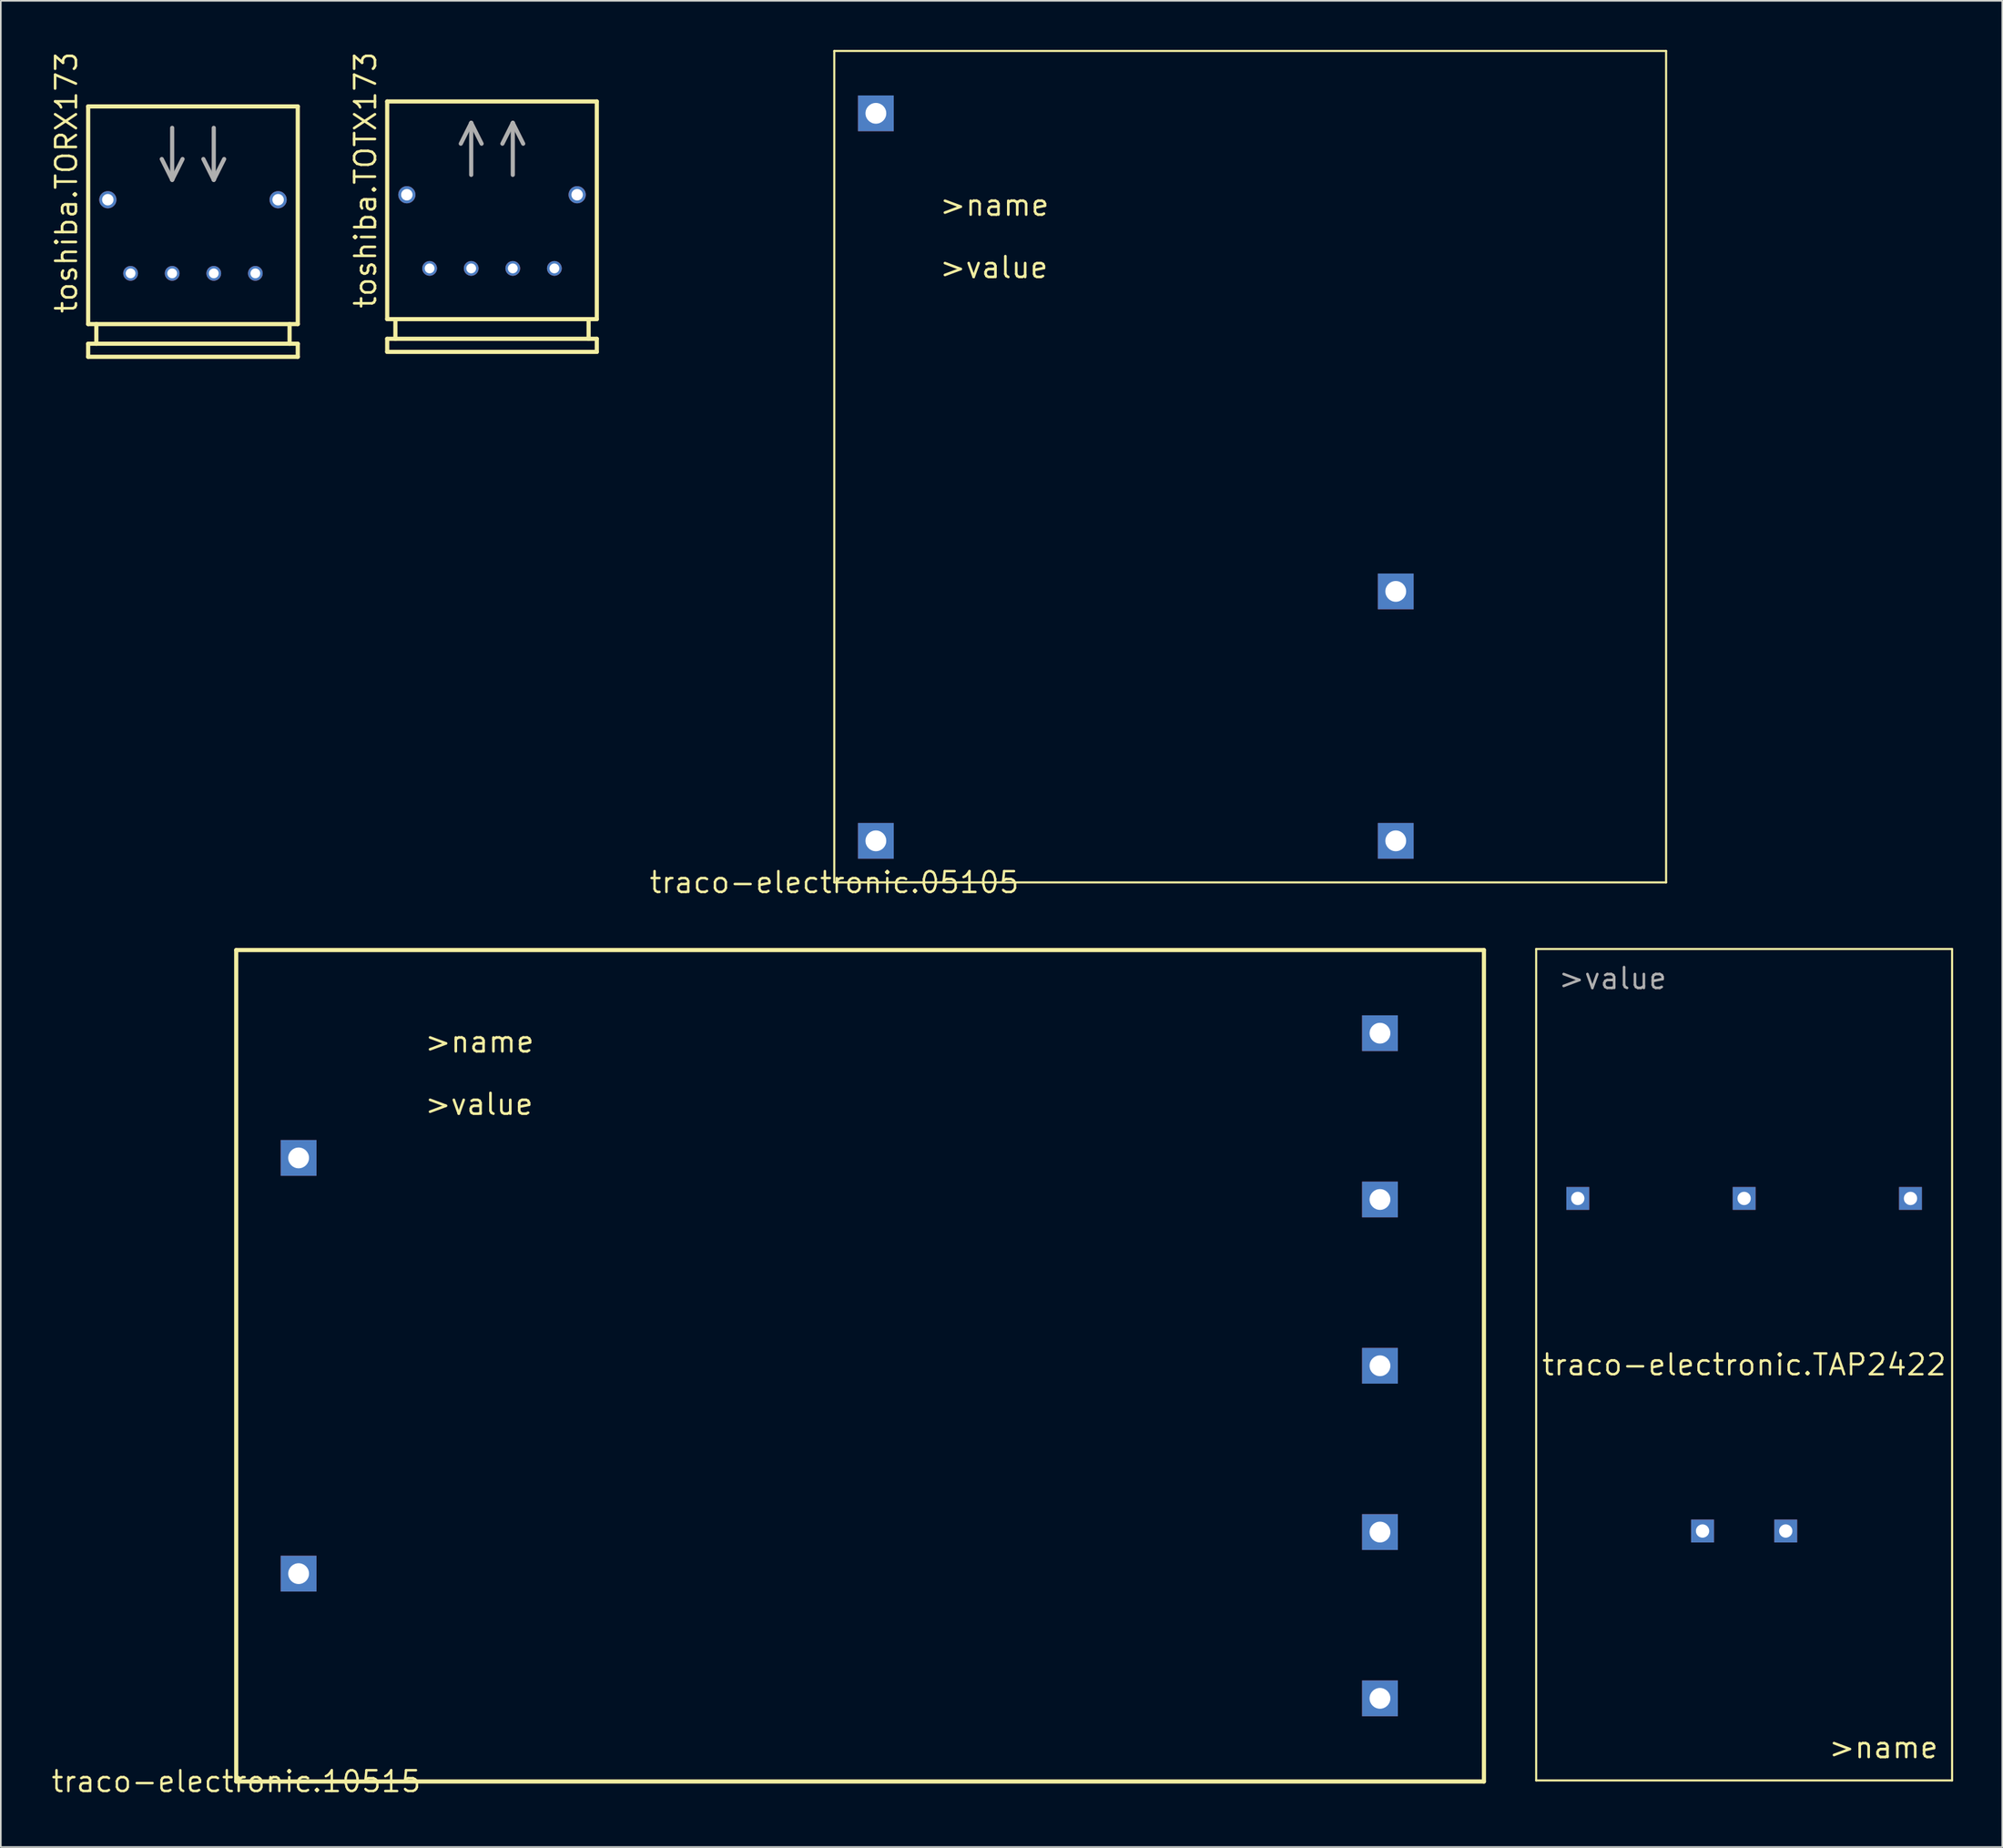
<source format=kicad_pcb>
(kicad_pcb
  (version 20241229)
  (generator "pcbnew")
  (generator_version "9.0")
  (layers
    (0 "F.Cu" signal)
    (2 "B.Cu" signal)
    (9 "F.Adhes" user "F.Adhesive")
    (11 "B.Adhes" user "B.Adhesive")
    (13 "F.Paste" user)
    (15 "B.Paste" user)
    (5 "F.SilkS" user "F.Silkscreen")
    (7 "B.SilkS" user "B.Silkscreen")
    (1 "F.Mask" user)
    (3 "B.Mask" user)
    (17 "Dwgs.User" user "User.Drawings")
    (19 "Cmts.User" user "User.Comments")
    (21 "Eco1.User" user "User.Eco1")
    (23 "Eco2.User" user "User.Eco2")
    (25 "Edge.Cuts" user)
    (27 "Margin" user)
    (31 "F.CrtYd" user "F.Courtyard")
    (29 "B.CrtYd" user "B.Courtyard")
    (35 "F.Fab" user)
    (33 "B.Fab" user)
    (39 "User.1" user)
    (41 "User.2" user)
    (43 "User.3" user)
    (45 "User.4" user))
  (footprint "toshiba.TOTX173"
    (layer "F.Cu")
    (at 26.997 13.349)
    (property "Reference" "toshiba.TOTX173" (at -6.985 2.54 90) (layer "F.SilkS") (effects (font (size 1.27 1.27) (thickness 0.16)) (justify left bottom)))
    (attr through_hole)
    (fp_line (start -6.4 -10.2) (end -6.4 3.1) (stroke (width 0.254) (type default)) (layer "F.SilkS"))
    (fp_line (start -6.4 3.1) (end -5.9 3.1) (stroke (width 0.254) (type default)) (layer "F.SilkS"))
    (fp_line (start -6.4 4.3) (end -6.4 5.1) (stroke (width 0.254) (type default)) (layer "F.SilkS"))
    (fp_line (start -6.4 5.1) (end 6.4 5.1) (stroke (width 0.254) (type default)) (layer "F.SilkS"))
    (fp_line (start -5.9 3.1) (end -5.9 4.3) (stroke (width 0.254) (type default)) (layer "F.SilkS"))
    (fp_line (start -5.9 4.3) (end -6.4 4.3) (stroke (width 0.254) (type default)) (layer "F.SilkS"))
    (fp_line (start 5.9 3.1) (end -5.9 3.1) (stroke (width 0.254) (type default)) (layer "F.SilkS"))
    (fp_line (start 5.9 3.1) (end 6.4 3.1) (stroke (width 0.254) (type default)) (layer "F.SilkS"))
    (fp_line (start 5.9 4.3) (end -5.9 4.3) (stroke (width 0.254) (type default)) (layer "F.SilkS"))
    (fp_line (start 5.9 4.3) (end 5.9 3.1) (stroke (width 0.254) (type default)) (layer "F.SilkS"))
    (fp_line (start 6.4 -10.2) (end -6.4 -10.2) (stroke (width 0.254) (type default)) (layer "F.SilkS"))
    (fp_line (start 6.4 3.1) (end 6.4 -10.2) (stroke (width 0.254) (type default)) (layer "F.SilkS"))
    (fp_line (start 6.4 4.3) (end 5.9 4.3) (stroke (width 0.254) (type default)) (layer "F.SilkS"))
    (fp_line (start 6.4 5.1) (end 6.4 4.3) (stroke (width 0.254) (type default)) (layer "F.SilkS"))
    (fp_line (start -1.905 -7.62) (end -1.27 -8.89) (stroke (width 0.254) (type default)) (layer "F.Fab"))
    (fp_line (start -1.27 -8.89) (end -0.635 -7.62) (stroke (width 0.254) (type default)) (layer "F.Fab"))
    (fp_line (start -1.27 -5.715) (end -1.27 -8.89) (stroke (width 0.254) (type default)) (layer "F.Fab"))
    (fp_line (start 0.635 -7.62) (end 1.27 -8.89) (stroke (width 0.254) (type default)) (layer "F.Fab"))
    (fp_line (start 1.27 -8.89) (end 1.905 -7.62) (stroke (width 0.254) (type default)) (layer "F.Fab"))
    (fp_line (start 1.27 -5.715) (end 1.27 -8.89) (stroke (width 0.254) (type default)) (layer "F.Fab"))
    (pad "1" thru_hole circle (at -3.81 0) (size 0.9 0.9) (drill 0.6) (layers "*.Cu" "*.Mask"))
    (pad "2" thru_hole circle (at -1.27 0) (size 0.9 0.9) (drill 0.6) (layers "*.Cu" "*.Mask"))
    (pad "3" thru_hole circle (at 1.27 0) (size 0.9 0.9) (drill 0.6) (layers "*.Cu" "*.Mask"))
    (pad "4" thru_hole circle (at 3.81 0) (size 0.9 0.9) (drill 0.6) (layers "*.Cu" "*.Mask"))
    (pad "5" thru_hole circle (at 5.2 -4.5) (size 1.05 1.05) (drill 0.7) (layers "*.Cu" "*.Mask"))
    (pad "6" thru_hole circle (at -5.2 -4.5) (size 1.05 1.05) (drill 0.7) (layers "*.Cu" "*.Mask")))
  (footprint "traco-electronic.05105"
    (layer "F.Cu")
    (at 47.901 50.864)
    (property "Reference" "traco-electronic.05105" (at 0 0 0) (layer "F.SilkS") (effects (font (size 1.27 1.27) (thickness 0.15))))
    (attr through_hole)
    (fp_line (start 0 -50.8) (end 0 0) (stroke (width 0.127) (type default)) (layer "F.SilkS"))
    (fp_line (start 0 0) (end 50.8 0) (stroke (width 0.127) (type default)) (layer "F.SilkS"))
    (fp_line (start 50.8 -50.8) (end 0 -50.8) (stroke (width 0.127) (type default)) (layer "F.SilkS"))
    (fp_line (start 50.8 0) (end 50.8 -50.8) (stroke (width 0.127) (type default)) (layer "F.SilkS"))
    (fp_text user ">value" (at 6.35 -36.83 0) (layer "F.SilkS") (effects (font (size 1.27 1.27) (thickness 0.16)) (justify left bottom)))
    (fp_text user ">name" (at 6.35 -40.64 0) (layer "F.SilkS") (effects (font (size 1.27 1.27) (thickness 0.16)) (justify left bottom)))
    (pad "1" thru_hole rect (at 34.29 -17.78) (size 2.184 2.184) (drill 1.27) (layers "*.Cu" "*.Mask"))
    (pad "2" thru_hole rect (at 34.29 -2.54) (size 2.184 2.184) (drill 1.27) (layers "*.Cu" "*.Mask"))
    (pad "3" thru_hole rect (at 2.54 -2.54) (size 2.184 2.184) (drill 1.27) (layers "*.Cu" "*.Mask"))
    (pad "4" thru_hole rect (at 2.54 -46.99) (size 2.184 2.184) (drill 1.27) (layers "*.Cu" "*.Mask")))
  (footprint "toshiba.TORX173"
    (layer "F.Cu")
    (at 8.735 13.652)
    (property "Reference" "toshiba.TORX173" (at -6.985 2.54 90) (layer "F.SilkS") (effects (font (size 1.27 1.27) (thickness 0.16)) (justify left bottom)))
    (attr through_hole)
    (fp_line (start -6.4 -10.2) (end -6.4 3.1) (stroke (width 0.254) (type default)) (layer "F.SilkS"))
    (fp_line (start -6.4 3.1) (end -5.9 3.1) (stroke (width 0.254) (type default)) (layer "F.SilkS"))
    (fp_line (start -6.4 4.3) (end -6.4 5.1) (stroke (width 0.254) (type default)) (layer "F.SilkS"))
    (fp_line (start -6.4 5.1) (end 6.4 5.1) (stroke (width 0.254) (type default)) (layer "F.SilkS"))
    (fp_line (start -5.9 3.1) (end -5.9 4.3) (stroke (width 0.254) (type default)) (layer "F.SilkS"))
    (fp_line (start -5.9 4.3) (end -6.4 4.3) (stroke (width 0.254) (type default)) (layer "F.SilkS"))
    (fp_line (start 5.9 3.1) (end -5.9 3.1) (stroke (width 0.254) (type default)) (layer "F.SilkS"))
    (fp_line (start 5.9 3.1) (end 6.4 3.1) (stroke (width 0.254) (type default)) (layer "F.SilkS"))
    (fp_line (start 5.9 4.3) (end -5.9 4.3) (stroke (width 0.254) (type default)) (layer "F.SilkS"))
    (fp_line (start 5.9 4.3) (end 5.9 3.1) (stroke (width 0.254) (type default)) (layer "F.SilkS"))
    (fp_line (start 6.4 -10.2) (end -6.4 -10.2) (stroke (width 0.254) (type default)) (layer "F.SilkS"))
    (fp_line (start 6.4 3.1) (end 6.4 -10.2) (stroke (width 0.254) (type default)) (layer "F.SilkS"))
    (fp_line (start 6.4 4.3) (end 5.9 4.3) (stroke (width 0.254) (type default)) (layer "F.SilkS"))
    (fp_line (start 6.4 5.1) (end 6.4 4.3) (stroke (width 0.254) (type default)) (layer "F.SilkS"))
    (fp_line (start -1.27 -8.89) (end -1.27 -5.715) (stroke (width 0.254) (type default)) (layer "F.Fab"))
    (fp_line (start -1.27 -5.715) (end -1.905 -6.985) (stroke (width 0.254) (type default)) (layer "F.Fab"))
    (fp_line (start -0.635 -6.985) (end -1.27 -5.715) (stroke (width 0.254) (type default)) (layer "F.Fab"))
    (fp_line (start 1.27 -8.89) (end 1.27 -5.715) (stroke (width 0.254) (type default)) (layer "F.Fab"))
    (fp_line (start 1.27 -5.715) (end 0.635 -6.985) (stroke (width 0.254) (type default)) (layer "F.Fab"))
    (fp_line (start 1.905 -6.985) (end 1.27 -5.715) (stroke (width 0.254) (type default)) (layer "F.Fab"))
    (pad "1" thru_hole circle (at -3.81 0) (size 0.9 0.9) (drill 0.6) (layers "*.Cu" "*.Mask"))
    (pad "2" thru_hole circle (at -1.27 0) (size 0.9 0.9) (drill 0.6) (layers "*.Cu" "*.Mask"))
    (pad "3" thru_hole circle (at 1.27 0) (size 0.9 0.9) (drill 0.6) (layers "*.Cu" "*.Mask"))
    (pad "4" thru_hole circle (at 3.81 0) (size 0.9 0.9) (drill 0.6) (layers "*.Cu" "*.Mask"))
    (pad "5" thru_hole circle (at 5.2 -4.5) (size 1.05 1.05) (drill 0.7) (layers "*.Cu" "*.Mask"))
    (pad "6" thru_hole circle (at -5.2 -4.5) (size 1.05 1.05) (drill 0.7) (layers "*.Cu" "*.Mask")))
  (footprint "traco-electronic.10515"
    (layer "F.Cu")
    (at 11.377 105.797)
    (property "Reference" "traco-electronic.10515" (at 0 0 0) (layer "F.SilkS") (effects (font (size 1.27 1.27) (thickness 0.15))))
    (attr through_hole)
    (fp_line (start 0 -50.8) (end 0 0) (stroke (width 0.254) (type default)) (layer "F.SilkS"))
    (fp_line (start 0 0) (end 76.2 0) (stroke (width 0.254) (type default)) (layer "F.SilkS"))
    (fp_line (start 76.2 -50.8) (end 0 -50.8) (stroke (width 0.254) (type default)) (layer "F.SilkS"))
    (fp_line (start 76.2 0) (end 76.2 -50.8) (stroke (width 0.254) (type default)) (layer "F.SilkS"))
    (fp_text user ">name" (at 11.43 -44.45 0) (layer "F.SilkS") (effects (font (size 1.27 1.27) (thickness 0.16)) (justify left bottom)))
    (fp_text user ">value" (at 11.43 -40.64 0) (layer "F.SilkS") (effects (font (size 1.27 1.27) (thickness 0.16)) (justify left bottom)))
    (pad "1" thru_hole rect (at 3.81 -38.1) (size 2.184 2.184) (drill 1.27) (layers "*.Cu" "*.Mask"))
    (pad "2" thru_hole rect (at 3.81 -12.7) (size 2.184 2.184) (drill 1.27) (layers "*.Cu" "*.Mask"))
    (pad "3" thru_hole rect (at 69.85 -45.72) (size 2.184 2.184) (drill 1.27) (layers "*.Cu" "*.Mask"))
    (pad "4" thru_hole rect (at 69.85 -35.56) (size 2.184 2.184) (drill 1.27) (layers "*.Cu" "*.Mask"))
    (pad "5" thru_hole rect (at 69.85 -25.4) (size 2.184 2.184) (drill 1.27) (layers "*.Cu" "*.Mask"))
    (pad "6" thru_hole rect (at 69.85 -15.24) (size 2.184 2.184) (drill 1.27) (layers "*.Cu" "*.Mask"))
    (pad "7" thru_hole rect (at 69.85 -5.08) (size 2.184 2.184) (drill 1.27) (layers "*.Cu" "*.Mask")))
  (footprint "traco-electronic.TAP2422"
    (layer "F.Cu")
    (at 103.467 80.333)
    (property "Reference" "traco-electronic.TAP2422" (at 0 0 0) (layer "F.SilkS") (effects (font (size 1.27 1.27) (thickness 0.15))))
    (attr through_hole)
    (fp_line (start -12.7 -25.4) (end -12.7 25.4) (stroke (width 0.127) (type default)) (layer "F.SilkS"))
    (fp_line (start -12.7 25.4) (end 12.7 25.4) (stroke (width 0.127) (type default)) (layer "F.SilkS"))
    (fp_line (start 12.7 -25.4) (end -12.7 -25.4) (stroke (width 0.127) (type default)) (layer "F.SilkS"))
    (fp_line (start 12.7 25.4) (end 12.7 -25.4) (stroke (width 0.127) (type default)) (layer "F.SilkS"))
    (fp_text user ">name" (at 5.08 24.13 0) (layer "F.SilkS") (effects (font (size 1.27 1.27) (thickness 0.16)) (justify left bottom)))
    (fp_text user ">value" (at -11.43 -22.86 0) (layer "F.Fab") (effects (font (size 1.27 1.27) (thickness 0.16)) (justify left bottom)))
    (pad "+VIN" thru_hole rect (at 2.54 10.16) (size 1.397 1.397) (drill 0.813) (layers "*.Cu" "*.Mask"))
    (pad "+VOUT" thru_hole rect (at 10.16 -10.16) (size 1.397 1.397) (drill 0.813) (layers "*.Cu" "*.Mask"))
    (pad "-VIN" thru_hole rect (at -2.54 10.16) (size 1.397 1.397) (drill 0.813) (layers "*.Cu" "*.Mask"))
    (pad "-VOUT" thru_hole rect (at -10.16 -10.16) (size 1.397 1.397) (drill 0.813) (layers "*.Cu" "*.Mask"))
    (pad "COM" thru_hole rect (at 0 -10.16) (size 1.397 1.397) (drill 0.813) (layers "*.Cu" "*.Mask")))
  (gr_rect
    (start -3 -3)
    (end 119.231 109.803)
    (stroke (width 0.1) (type default))
    (fill no)
    (layer "Edge.Cuts")))
</source>
